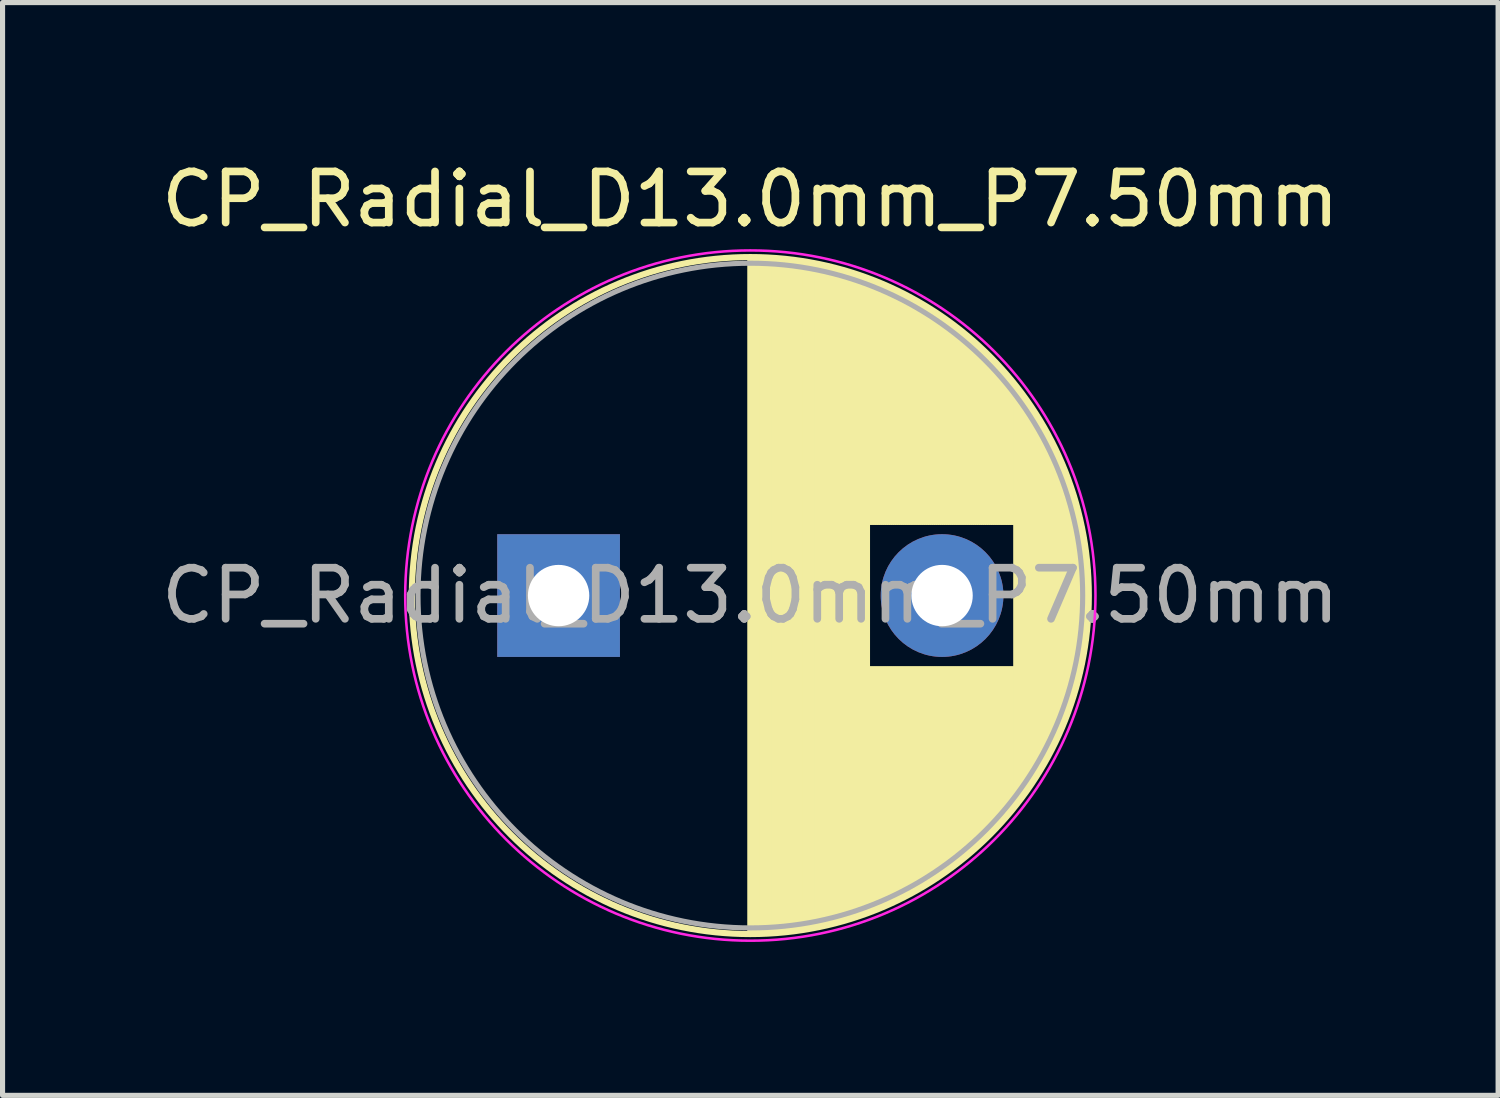
<source format=kicad_pcb>
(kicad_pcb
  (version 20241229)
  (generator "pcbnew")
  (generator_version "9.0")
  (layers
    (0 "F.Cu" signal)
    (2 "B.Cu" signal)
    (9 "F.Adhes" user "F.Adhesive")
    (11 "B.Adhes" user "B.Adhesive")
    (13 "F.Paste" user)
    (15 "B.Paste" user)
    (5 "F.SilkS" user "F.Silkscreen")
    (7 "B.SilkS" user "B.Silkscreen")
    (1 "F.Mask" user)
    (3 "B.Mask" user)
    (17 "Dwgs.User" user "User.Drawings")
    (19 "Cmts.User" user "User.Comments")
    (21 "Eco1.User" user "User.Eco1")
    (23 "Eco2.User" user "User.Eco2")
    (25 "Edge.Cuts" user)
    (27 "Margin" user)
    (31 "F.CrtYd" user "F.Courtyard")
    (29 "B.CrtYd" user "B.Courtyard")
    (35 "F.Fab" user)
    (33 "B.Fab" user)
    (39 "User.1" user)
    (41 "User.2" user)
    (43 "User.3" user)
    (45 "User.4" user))
  (footprint "CP_Radial_D13.0mm_P7.50mm"
    (layer "F.Cu")
    (at 7.875 8.598)
    (property "Reference" "CP_Radial_D13.0mm_P7.50mm" (at 3.75 -7.75 0) (layer "F.SilkS") (effects (font (size 1 1) (thickness 0.15))))
    (attr through_hole)
    (fp_line (start 3.75 -6.58) (end 3.75 6.58) (stroke (width 0.12) (type solid)) (layer "F.SilkS"))
    (fp_line (start 3.79 -6.58) (end 3.79 6.58) (stroke (width 0.12) (type solid)) (layer "F.SilkS"))
    (fp_line (start 3.83 -6.58) (end 3.83 6.58) (stroke (width 0.12) (type solid)) (layer "F.SilkS"))
    (fp_line (start 3.87 -6.579) (end 3.87 6.579) (stroke (width 0.12) (type solid)) (layer "F.SilkS"))
    (fp_line (start 3.91 -6.579) (end 3.91 6.579) (stroke (width 0.12) (type solid)) (layer "F.SilkS"))
    (fp_line (start 3.95 -6.577) (end 3.95 6.577) (stroke (width 0.12) (type solid)) (layer "F.SilkS"))
    (fp_line (start 3.99 -6.576) (end 3.99 6.576) (stroke (width 0.12) (type solid)) (layer "F.SilkS"))
    (fp_line (start 4.03 -6.575) (end 4.03 6.575) (stroke (width 0.12) (type solid)) (layer "F.SilkS"))
    (fp_line (start 4.07 -6.573) (end 4.07 6.573) (stroke (width 0.12) (type solid)) (layer "F.SilkS"))
    (fp_line (start 4.11 -6.571) (end 4.11 6.571) (stroke (width 0.12) (type solid)) (layer "F.SilkS"))
    (fp_line (start 4.15 -6.568) (end 4.15 6.568) (stroke (width 0.12) (type solid)) (layer "F.SilkS"))
    (fp_line (start 4.19 -6.566) (end 4.19 6.566) (stroke (width 0.12) (type solid)) (layer "F.SilkS"))
    (fp_line (start 4.23 -6.563) (end 4.23 6.563) (stroke (width 0.12) (type solid)) (layer "F.SilkS"))
    (fp_line (start 4.27 -6.56) (end 4.27 6.56) (stroke (width 0.12) (type solid)) (layer "F.SilkS"))
    (fp_line (start 4.31 -6.557) (end 4.31 6.557) (stroke (width 0.12) (type solid)) (layer "F.SilkS"))
    (fp_line (start 4.35 -6.553) (end 4.35 6.553) (stroke (width 0.12) (type solid)) (layer "F.SilkS"))
    (fp_line (start 4.39 -6.549) (end 4.39 6.549) (stroke (width 0.12) (type solid)) (layer "F.SilkS"))
    (fp_line (start 4.43 -6.545) (end 4.43 6.545) (stroke (width 0.12) (type solid)) (layer "F.SilkS"))
    (fp_line (start 4.471 -6.541) (end 4.471 6.541) (stroke (width 0.12) (type solid)) (layer "F.SilkS"))
    (fp_line (start 4.511 -6.537) (end 4.511 6.537) (stroke (width 0.12) (type solid)) (layer "F.SilkS"))
    (fp_line (start 4.551 -6.532) (end 4.551 6.532) (stroke (width 0.12) (type solid)) (layer "F.SilkS"))
    (fp_line (start 4.591 -6.527) (end 4.591 6.527) (stroke (width 0.12) (type solid)) (layer "F.SilkS"))
    (fp_line (start 4.631 -6.522) (end 4.631 6.522) (stroke (width 0.12) (type solid)) (layer "F.SilkS"))
    (fp_line (start 4.671 -6.516) (end 4.671 6.516) (stroke (width 0.12) (type solid)) (layer "F.SilkS"))
    (fp_line (start 4.711 -6.511) (end 4.711 6.511) (stroke (width 0.12) (type solid)) (layer "F.SilkS"))
    (fp_line (start 4.751 -6.505) (end 4.751 6.505) (stroke (width 0.12) (type solid)) (layer "F.SilkS"))
    (fp_line (start 4.791 -6.498) (end 4.791 6.498) (stroke (width 0.12) (type solid)) (layer "F.SilkS"))
    (fp_line (start 4.831 -6.492) (end 4.831 6.492) (stroke (width 0.12) (type solid)) (layer "F.SilkS"))
    (fp_line (start 4.871 -6.485) (end 4.871 6.485) (stroke (width 0.12) (type solid)) (layer "F.SilkS"))
    (fp_line (start 4.911 -6.478) (end 4.911 6.478) (stroke (width 0.12) (type solid)) (layer "F.SilkS"))
    (fp_line (start 4.951 -6.471) (end 4.951 6.471) (stroke (width 0.12) (type solid)) (layer "F.SilkS"))
    (fp_line (start 4.991 -6.463) (end 4.991 6.463) (stroke (width 0.12) (type solid)) (layer "F.SilkS"))
    (fp_line (start 5.031 -6.456) (end 5.031 6.456) (stroke (width 0.12) (type solid)) (layer "F.SilkS"))
    (fp_line (start 5.071 -6.448) (end 5.071 6.448) (stroke (width 0.12) (type solid)) (layer "F.SilkS"))
    (fp_line (start 5.111 -6.439) (end 5.111 6.439) (stroke (width 0.12) (type solid)) (layer "F.SilkS"))
    (fp_line (start 5.151 -6.431) (end 5.151 6.431) (stroke (width 0.12) (type solid)) (layer "F.SilkS"))
    (fp_line (start 5.191 -6.422) (end 5.191 6.422) (stroke (width 0.12) (type solid)) (layer "F.SilkS"))
    (fp_line (start 5.231 -6.413) (end 5.231 6.413) (stroke (width 0.12) (type solid)) (layer "F.SilkS"))
    (fp_line (start 5.271 -6.404) (end 5.271 6.404) (stroke (width 0.12) (type solid)) (layer "F.SilkS"))
    (fp_line (start 5.311 -6.394) (end 5.311 6.394) (stroke (width 0.12) (type solid)) (layer "F.SilkS"))
    (fp_line (start 5.351 -6.384) (end 5.351 6.384) (stroke (width 0.12) (type solid)) (layer "F.SilkS"))
    (fp_line (start 5.391 -6.374) (end 5.391 6.374) (stroke (width 0.12) (type solid)) (layer "F.SilkS"))
    (fp_line (start 5.431 -6.364) (end 5.431 6.364) (stroke (width 0.12) (type solid)) (layer "F.SilkS"))
    (fp_line (start 5.471 -6.353) (end 5.471 6.353) (stroke (width 0.12) (type solid)) (layer "F.SilkS"))
    (fp_line (start 5.511 -6.342) (end 5.511 6.342) (stroke (width 0.12) (type solid)) (layer "F.SilkS"))
    (fp_line (start 5.551 -6.331) (end 5.551 6.331) (stroke (width 0.12) (type solid)) (layer "F.SilkS"))
    (fp_line (start 5.591 -6.32) (end 5.591 6.32) (stroke (width 0.12) (type solid)) (layer "F.SilkS"))
    (fp_line (start 5.631 -6.308) (end 5.631 6.308) (stroke (width 0.12) (type solid)) (layer "F.SilkS"))
    (fp_line (start 5.671 -6.296) (end 5.671 6.296) (stroke (width 0.12) (type solid)) (layer "F.SilkS"))
    (fp_line (start 5.711 -6.284) (end 5.711 6.284) (stroke (width 0.12) (type solid)) (layer "F.SilkS"))
    (fp_line (start 5.751 -6.271) (end 5.751 6.271) (stroke (width 0.12) (type solid)) (layer "F.SilkS"))
    (fp_line (start 5.791 -6.258) (end 5.791 6.258) (stroke (width 0.12) (type solid)) (layer "F.SilkS"))
    (fp_line (start 5.831 -6.245) (end 5.831 6.245) (stroke (width 0.12) (type solid)) (layer "F.SilkS"))
    (fp_line (start 5.871 -6.232) (end 5.871 6.232) (stroke (width 0.12) (type solid)) (layer "F.SilkS"))
    (fp_line (start 5.911 -6.218) (end 5.911 6.218) (stroke (width 0.12) (type solid)) (layer "F.SilkS"))
    (fp_line (start 5.951 -6.204) (end 5.951 6.204) (stroke (width 0.12) (type solid)) (layer "F.SilkS"))
    (fp_line (start 5.991 -6.19) (end 5.991 6.19) (stroke (width 0.12) (type solid)) (layer "F.SilkS"))
    (fp_line (start 6.031 -6.175) (end 6.031 6.175) (stroke (width 0.12) (type solid)) (layer "F.SilkS"))
    (fp_line (start 6.071 -6.161) (end 6.071 -1.44) (stroke (width 0.12) (type solid)) (layer "F.SilkS"))
    (fp_line (start 6.071 1.44) (end 6.071 6.161) (stroke (width 0.12) (type solid)) (layer "F.SilkS"))
    (fp_line (start 6.111 -6.146) (end 6.111 -1.44) (stroke (width 0.12) (type solid)) (layer "F.SilkS"))
    (fp_line (start 6.111 1.44) (end 6.111 6.146) (stroke (width 0.12) (type solid)) (layer "F.SilkS"))
    (fp_line (start 6.151 -6.13) (end 6.151 -1.44) (stroke (width 0.12) (type solid)) (layer "F.SilkS"))
    (fp_line (start 6.151 1.44) (end 6.151 6.13) (stroke (width 0.12) (type solid)) (layer "F.SilkS"))
    (fp_line (start 6.191 -6.114) (end 6.191 -1.44) (stroke (width 0.12) (type solid)) (layer "F.SilkS"))
    (fp_line (start 6.191 1.44) (end 6.191 6.114) (stroke (width 0.12) (type solid)) (layer "F.SilkS"))
    (fp_line (start 6.231 -6.098) (end 6.231 -1.44) (stroke (width 0.12) (type solid)) (layer "F.SilkS"))
    (fp_line (start 6.231 1.44) (end 6.231 6.098) (stroke (width 0.12) (type solid)) (layer "F.SilkS"))
    (fp_line (start 6.271 -6.082) (end 6.271 -1.44) (stroke (width 0.12) (type solid)) (layer "F.SilkS"))
    (fp_line (start 6.271 1.44) (end 6.271 6.082) (stroke (width 0.12) (type solid)) (layer "F.SilkS"))
    (fp_line (start 6.311 -6.065) (end 6.311 -1.44) (stroke (width 0.12) (type solid)) (layer "F.SilkS"))
    (fp_line (start 6.311 1.44) (end 6.311 6.065) (stroke (width 0.12) (type solid)) (layer "F.SilkS"))
    (fp_line (start 6.351 -6.049) (end 6.351 -1.44) (stroke (width 0.12) (type solid)) (layer "F.SilkS"))
    (fp_line (start 6.351 1.44) (end 6.351 6.049) (stroke (width 0.12) (type solid)) (layer "F.SilkS"))
    (fp_line (start 6.391 -6.031) (end 6.391 -1.44) (stroke (width 0.12) (type solid)) (layer "F.SilkS"))
    (fp_line (start 6.391 1.44) (end 6.391 6.031) (stroke (width 0.12) (type solid)) (layer "F.SilkS"))
    (fp_line (start 6.431 -6.014) (end 6.431 -1.44) (stroke (width 0.12) (type solid)) (layer "F.SilkS"))
    (fp_line (start 6.431 1.44) (end 6.431 6.014) (stroke (width 0.12) (type solid)) (layer "F.SilkS"))
    (fp_line (start 6.471 -5.996) (end 6.471 -1.44) (stroke (width 0.12) (type solid)) (layer "F.SilkS"))
    (fp_line (start 6.471 1.44) (end 6.471 5.996) (stroke (width 0.12) (type solid)) (layer "F.SilkS"))
    (fp_line (start 6.511 -5.978) (end 6.511 -1.44) (stroke (width 0.12) (type solid)) (layer "F.SilkS"))
    (fp_line (start 6.511 1.44) (end 6.511 5.978) (stroke (width 0.12) (type solid)) (layer "F.SilkS"))
    (fp_line (start 6.551 -5.959) (end 6.551 -1.44) (stroke (width 0.12) (type solid)) (layer "F.SilkS"))
    (fp_line (start 6.551 1.44) (end 6.551 5.959) (stroke (width 0.12) (type solid)) (layer "F.SilkS"))
    (fp_line (start 6.591 -5.94) (end 6.591 -1.44) (stroke (width 0.12) (type solid)) (layer "F.SilkS"))
    (fp_line (start 6.591 1.44) (end 6.591 5.94) (stroke (width 0.12) (type solid)) (layer "F.SilkS"))
    (fp_line (start 6.631 -5.921) (end 6.631 -1.44) (stroke (width 0.12) (type solid)) (layer "F.SilkS"))
    (fp_line (start 6.631 1.44) (end 6.631 5.921) (stroke (width 0.12) (type solid)) (layer "F.SilkS"))
    (fp_line (start 6.671 -5.902) (end 6.671 -1.44) (stroke (width 0.12) (type solid)) (layer "F.SilkS"))
    (fp_line (start 6.671 1.44) (end 6.671 5.902) (stroke (width 0.12) (type solid)) (layer "F.SilkS"))
    (fp_line (start 6.711 -5.882) (end 6.711 -1.44) (stroke (width 0.12) (type solid)) (layer "F.SilkS"))
    (fp_line (start 6.711 1.44) (end 6.711 5.882) (stroke (width 0.12) (type solid)) (layer "F.SilkS"))
    (fp_line (start 6.751 -5.862) (end 6.751 -1.44) (stroke (width 0.12) (type solid)) (layer "F.SilkS"))
    (fp_line (start 6.751 1.44) (end 6.751 5.862) (stroke (width 0.12) (type solid)) (layer "F.SilkS"))
    (fp_line (start 6.791 -5.841) (end 6.791 -1.44) (stroke (width 0.12) (type solid)) (layer "F.SilkS"))
    (fp_line (start 6.791 1.44) (end 6.791 5.841) (stroke (width 0.12) (type solid)) (layer "F.SilkS"))
    (fp_line (start 6.831 -5.82) (end 6.831 -1.44) (stroke (width 0.12) (type solid)) (layer "F.SilkS"))
    (fp_line (start 6.831 1.44) (end 6.831 5.82) (stroke (width 0.12) (type solid)) (layer "F.SilkS"))
    (fp_line (start 6.871 -5.799) (end 6.871 -1.44) (stroke (width 0.12) (type solid)) (layer "F.SilkS"))
    (fp_line (start 6.871 1.44) (end 6.871 5.799) (stroke (width 0.12) (type solid)) (layer "F.SilkS"))
    (fp_line (start 6.911 -5.778) (end 6.911 -1.44) (stroke (width 0.12) (type solid)) (layer "F.SilkS"))
    (fp_line (start 6.911 1.44) (end 6.911 5.778) (stroke (width 0.12) (type solid)) (layer "F.SilkS"))
    (fp_line (start 6.951 -5.756) (end 6.951 -1.44) (stroke (width 0.12) (type solid)) (layer "F.SilkS"))
    (fp_line (start 6.951 1.44) (end 6.951 5.756) (stroke (width 0.12) (type solid)) (layer "F.SilkS"))
    (fp_line (start 6.991 -5.733) (end 6.991 -1.44) (stroke (width 0.12) (type solid)) (layer "F.SilkS"))
    (fp_line (start 6.991 1.44) (end 6.991 5.733) (stroke (width 0.12) (type solid)) (layer "F.SilkS"))
    (fp_line (start 7.031 -5.711) (end 7.031 -1.44) (stroke (width 0.12) (type solid)) (layer "F.SilkS"))
    (fp_line (start 7.031 1.44) (end 7.031 5.711) (stroke (width 0.12) (type solid)) (layer "F.SilkS"))
    (fp_line (start 7.071 -5.688) (end 7.071 -1.44) (stroke (width 0.12) (type solid)) (layer "F.SilkS"))
    (fp_line (start 7.071 1.44) (end 7.071 5.688) (stroke (width 0.12) (type solid)) (layer "F.SilkS"))
    (fp_line (start 7.111 -5.664) (end 7.111 -1.44) (stroke (width 0.12) (type solid)) (layer "F.SilkS"))
    (fp_line (start 7.111 1.44) (end 7.111 5.664) (stroke (width 0.12) (type solid)) (layer "F.SilkS"))
    (fp_line (start 7.151 -5.641) (end 7.151 -1.44) (stroke (width 0.12) (type solid)) (layer "F.SilkS"))
    (fp_line (start 7.151 1.44) (end 7.151 5.641) (stroke (width 0.12) (type solid)) (layer "F.SilkS"))
    (fp_line (start 7.191 -5.617) (end 7.191 -1.44) (stroke (width 0.12) (type solid)) (layer "F.SilkS"))
    (fp_line (start 7.191 1.44) (end 7.191 5.617) (stroke (width 0.12) (type solid)) (layer "F.SilkS"))
    (fp_line (start 7.231 -5.592) (end 7.231 -1.44) (stroke (width 0.12) (type solid)) (layer "F.SilkS"))
    (fp_line (start 7.231 1.44) (end 7.231 5.592) (stroke (width 0.12) (type solid)) (layer "F.SilkS"))
    (fp_line (start 7.271 -5.567) (end 7.271 -1.44) (stroke (width 0.12) (type solid)) (layer "F.SilkS"))
    (fp_line (start 7.271 1.44) (end 7.271 5.567) (stroke (width 0.12) (type solid)) (layer "F.SilkS"))
    (fp_line (start 7.311 -5.542) (end 7.311 -1.44) (stroke (width 0.12) (type solid)) (layer "F.SilkS"))
    (fp_line (start 7.311 1.44) (end 7.311 5.542) (stroke (width 0.12) (type solid)) (layer "F.SilkS"))
    (fp_line (start 7.351 -5.516) (end 7.351 -1.44) (stroke (width 0.12) (type solid)) (layer "F.SilkS"))
    (fp_line (start 7.351 1.44) (end 7.351 5.516) (stroke (width 0.12) (type solid)) (layer "F.SilkS"))
    (fp_line (start 7.391 -5.49) (end 7.391 -1.44) (stroke (width 0.12) (type solid)) (layer "F.SilkS"))
    (fp_line (start 7.391 1.44) (end 7.391 5.49) (stroke (width 0.12) (type solid)) (layer "F.SilkS"))
    (fp_line (start 7.431 -5.463) (end 7.431 -1.44) (stroke (width 0.12) (type solid)) (layer "F.SilkS"))
    (fp_line (start 7.431 1.44) (end 7.431 5.463) (stroke (width 0.12) (type solid)) (layer "F.SilkS"))
    (fp_line (start 7.471 -5.436) (end 7.471 -1.44) (stroke (width 0.12) (type solid)) (layer "F.SilkS"))
    (fp_line (start 7.471 1.44) (end 7.471 5.436) (stroke (width 0.12) (type solid)) (layer "F.SilkS"))
    (fp_line (start 7.511 -5.409) (end 7.511 -1.44) (stroke (width 0.12) (type solid)) (layer "F.SilkS"))
    (fp_line (start 7.511 1.44) (end 7.511 5.409) (stroke (width 0.12) (type solid)) (layer "F.SilkS"))
    (fp_line (start 7.551 -5.381) (end 7.551 -1.44) (stroke (width 0.12) (type solid)) (layer "F.SilkS"))
    (fp_line (start 7.551 1.44) (end 7.551 5.381) (stroke (width 0.12) (type solid)) (layer "F.SilkS"))
    (fp_line (start 7.591 -5.353) (end 7.591 -1.44) (stroke (width 0.12) (type solid)) (layer "F.SilkS"))
    (fp_line (start 7.591 1.44) (end 7.591 5.353) (stroke (width 0.12) (type solid)) (layer "F.SilkS"))
    (fp_line (start 7.631 -5.324) (end 7.631 -1.44) (stroke (width 0.12) (type solid)) (layer "F.SilkS"))
    (fp_line (start 7.631 1.44) (end 7.631 5.324) (stroke (width 0.12) (type solid)) (layer "F.SilkS"))
    (fp_line (start 7.671 -5.295) (end 7.671 -1.44) (stroke (width 0.12) (type solid)) (layer "F.SilkS"))
    (fp_line (start 7.671 1.44) (end 7.671 5.295) (stroke (width 0.12) (type solid)) (layer "F.SilkS"))
    (fp_line (start 7.711 -5.265) (end 7.711 -1.44) (stroke (width 0.12) (type solid)) (layer "F.SilkS"))
    (fp_line (start 7.711 1.44) (end 7.711 5.265) (stroke (width 0.12) (type solid)) (layer "F.SilkS"))
    (fp_line (start 7.751 -5.235) (end 7.751 -1.44) (stroke (width 0.12) (type solid)) (layer "F.SilkS"))
    (fp_line (start 7.751 1.44) (end 7.751 5.235) (stroke (width 0.12) (type solid)) (layer "F.SilkS"))
    (fp_line (start 7.791 -5.205) (end 7.791 -1.44) (stroke (width 0.12) (type solid)) (layer "F.SilkS"))
    (fp_line (start 7.791 1.44) (end 7.791 5.205) (stroke (width 0.12) (type solid)) (layer "F.SilkS"))
    (fp_line (start 7.831 -5.174) (end 7.831 -1.44) (stroke (width 0.12) (type solid)) (layer "F.SilkS"))
    (fp_line (start 7.831 1.44) (end 7.831 5.174) (stroke (width 0.12) (type solid)) (layer "F.SilkS"))
    (fp_line (start 7.871 -5.142) (end 7.871 -1.44) (stroke (width 0.12) (type solid)) (layer "F.SilkS"))
    (fp_line (start 7.871 1.44) (end 7.871 5.142) (stroke (width 0.12) (type solid)) (layer "F.SilkS"))
    (fp_line (start 7.911 -5.11) (end 7.911 -1.44) (stroke (width 0.12) (type solid)) (layer "F.SilkS"))
    (fp_line (start 7.911 1.44) (end 7.911 5.11) (stroke (width 0.12) (type solid)) (layer "F.SilkS"))
    (fp_line (start 7.951 -5.078) (end 7.951 -1.44) (stroke (width 0.12) (type solid)) (layer "F.SilkS"))
    (fp_line (start 7.951 1.44) (end 7.951 5.078) (stroke (width 0.12) (type solid)) (layer "F.SilkS"))
    (fp_line (start 7.991 -5.044) (end 7.991 -1.44) (stroke (width 0.12) (type solid)) (layer "F.SilkS"))
    (fp_line (start 7.991 1.44) (end 7.991 5.044) (stroke (width 0.12) (type solid)) (layer "F.SilkS"))
    (fp_line (start 8.031 -5.011) (end 8.031 -1.44) (stroke (width 0.12) (type solid)) (layer "F.SilkS"))
    (fp_line (start 8.031 1.44) (end 8.031 5.011) (stroke (width 0.12) (type solid)) (layer "F.SilkS"))
    (fp_line (start 8.071 -4.977) (end 8.071 -1.44) (stroke (width 0.12) (type solid)) (layer "F.SilkS"))
    (fp_line (start 8.071 1.44) (end 8.071 4.977) (stroke (width 0.12) (type solid)) (layer "F.SilkS"))
    (fp_line (start 8.111 -4.942) (end 8.111 -1.44) (stroke (width 0.12) (type solid)) (layer "F.SilkS"))
    (fp_line (start 8.111 1.44) (end 8.111 4.942) (stroke (width 0.12) (type solid)) (layer "F.SilkS"))
    (fp_line (start 8.151 -4.907) (end 8.151 -1.44) (stroke (width 0.12) (type solid)) (layer "F.SilkS"))
    (fp_line (start 8.151 1.44) (end 8.151 4.907) (stroke (width 0.12) (type solid)) (layer "F.SilkS"))
    (fp_line (start 8.191 -4.871) (end 8.191 -1.44) (stroke (width 0.12) (type solid)) (layer "F.SilkS"))
    (fp_line (start 8.191 1.44) (end 8.191 4.871) (stroke (width 0.12) (type solid)) (layer "F.SilkS"))
    (fp_line (start 8.231 -4.834) (end 8.231 -1.44) (stroke (width 0.12) (type solid)) (layer "F.SilkS"))
    (fp_line (start 8.231 1.44) (end 8.231 4.834) (stroke (width 0.12) (type solid)) (layer "F.SilkS"))
    (fp_line (start 8.271 -4.797) (end 8.271 -1.44) (stroke (width 0.12) (type solid)) (layer "F.SilkS"))
    (fp_line (start 8.271 1.44) (end 8.271 4.797) (stroke (width 0.12) (type solid)) (layer "F.SilkS"))
    (fp_line (start 8.311 -4.76) (end 8.311 -1.44) (stroke (width 0.12) (type solid)) (layer "F.SilkS"))
    (fp_line (start 8.311 1.44) (end 8.311 4.76) (stroke (width 0.12) (type solid)) (layer "F.SilkS"))
    (fp_line (start 8.351 -4.721) (end 8.351 -1.44) (stroke (width 0.12) (type solid)) (layer "F.SilkS"))
    (fp_line (start 8.351 1.44) (end 8.351 4.721) (stroke (width 0.12) (type solid)) (layer "F.SilkS"))
    (fp_line (start 8.391 -4.682) (end 8.391 -1.44) (stroke (width 0.12) (type solid)) (layer "F.SilkS"))
    (fp_line (start 8.391 1.44) (end 8.391 4.682) (stroke (width 0.12) (type solid)) (layer "F.SilkS"))
    (fp_line (start 8.431 -4.643) (end 8.431 -1.44) (stroke (width 0.12) (type solid)) (layer "F.SilkS"))
    (fp_line (start 8.431 1.44) (end 8.431 4.643) (stroke (width 0.12) (type solid)) (layer "F.SilkS"))
    (fp_line (start 8.471 -4.602) (end 8.471 -1.44) (stroke (width 0.12) (type solid)) (layer "F.SilkS"))
    (fp_line (start 8.471 1.44) (end 8.471 4.602) (stroke (width 0.12) (type solid)) (layer "F.SilkS"))
    (fp_line (start 8.511 -4.561) (end 8.511 -1.44) (stroke (width 0.12) (type solid)) (layer "F.SilkS"))
    (fp_line (start 8.511 1.44) (end 8.511 4.561) (stroke (width 0.12) (type solid)) (layer "F.SilkS"))
    (fp_line (start 8.551 -4.519) (end 8.551 -1.44) (stroke (width 0.12) (type solid)) (layer "F.SilkS"))
    (fp_line (start 8.551 1.44) (end 8.551 4.519) (stroke (width 0.12) (type solid)) (layer "F.SilkS"))
    (fp_line (start 8.591 -4.477) (end 8.591 -1.44) (stroke (width 0.12) (type solid)) (layer "F.SilkS"))
    (fp_line (start 8.591 1.44) (end 8.591 4.477) (stroke (width 0.12) (type solid)) (layer "F.SilkS"))
    (fp_line (start 8.631 -4.434) (end 8.631 -1.44) (stroke (width 0.12) (type solid)) (layer "F.SilkS"))
    (fp_line (start 8.631 1.44) (end 8.631 4.434) (stroke (width 0.12) (type solid)) (layer "F.SilkS"))
    (fp_line (start 8.671 -4.39) (end 8.671 -1.44) (stroke (width 0.12) (type solid)) (layer "F.SilkS"))
    (fp_line (start 8.671 1.44) (end 8.671 4.39) (stroke (width 0.12) (type solid)) (layer "F.SilkS"))
    (fp_line (start 8.711 -4.345) (end 8.711 -1.44) (stroke (width 0.12) (type solid)) (layer "F.SilkS"))
    (fp_line (start 8.711 1.44) (end 8.711 4.345) (stroke (width 0.12) (type solid)) (layer "F.SilkS"))
    (fp_line (start 8.751 -4.299) (end 8.751 -1.44) (stroke (width 0.12) (type solid)) (layer "F.SilkS"))
    (fp_line (start 8.751 1.44) (end 8.751 4.299) (stroke (width 0.12) (type solid)) (layer "F.SilkS"))
    (fp_line (start 8.791 -4.253) (end 8.791 -1.44) (stroke (width 0.12) (type solid)) (layer "F.SilkS"))
    (fp_line (start 8.791 1.44) (end 8.791 4.253) (stroke (width 0.12) (type solid)) (layer "F.SilkS"))
    (fp_line (start 8.831 -4.205) (end 8.831 -1.44) (stroke (width 0.12) (type solid)) (layer "F.SilkS"))
    (fp_line (start 8.831 1.44) (end 8.831 4.205) (stroke (width 0.12) (type solid)) (layer "F.SilkS"))
    (fp_line (start 8.871 -4.157) (end 8.871 -1.44) (stroke (width 0.12) (type solid)) (layer "F.SilkS"))
    (fp_line (start 8.871 1.44) (end 8.871 4.157) (stroke (width 0.12) (type solid)) (layer "F.SilkS"))
    (fp_line (start 8.911 -4.108) (end 8.911 -1.44) (stroke (width 0.12) (type solid)) (layer "F.SilkS"))
    (fp_line (start 8.911 1.44) (end 8.911 4.108) (stroke (width 0.12) (type solid)) (layer "F.SilkS"))
    (fp_line (start 8.951 -4.057) (end 8.951 4.057) (stroke (width 0.12) (type solid)) (layer "F.SilkS"))
    (fp_line (start 8.991 -4.006) (end 8.991 4.006) (stroke (width 0.12) (type solid)) (layer "F.SilkS"))
    (fp_line (start 9.031 -3.954) (end 9.031 3.954) (stroke (width 0.12) (type solid)) (layer "F.SilkS"))
    (fp_line (start 9.071 -3.9) (end 9.071 3.9) (stroke (width 0.12) (type solid)) (layer "F.SilkS"))
    (fp_line (start 9.111 -3.846) (end 9.111 3.846) (stroke (width 0.12) (type solid)) (layer "F.SilkS"))
    (fp_line (start 9.151 -3.79) (end 9.151 3.79) (stroke (width 0.12) (type solid)) (layer "F.SilkS"))
    (fp_line (start 9.191 -3.733) (end 9.191 3.733) (stroke (width 0.12) (type solid)) (layer "F.SilkS"))
    (fp_line (start 9.231 -3.675) (end 9.231 3.675) (stroke (width 0.12) (type solid)) (layer "F.SilkS"))
    (fp_line (start 9.271 -3.615) (end 9.271 3.615) (stroke (width 0.12) (type solid)) (layer "F.SilkS"))
    (fp_line (start 9.311 -3.554) (end 9.311 3.554) (stroke (width 0.12) (type solid)) (layer "F.SilkS"))
    (fp_line (start 9.351 -3.491) (end 9.351 3.491) (stroke (width 0.12) (type solid)) (layer "F.SilkS"))
    (fp_line (start 9.391 -3.427) (end 9.391 3.427) (stroke (width 0.12) (type solid)) (layer "F.SilkS"))
    (fp_line (start 9.431 -3.361) (end 9.431 3.361) (stroke (width 0.12) (type solid)) (layer "F.SilkS"))
    (fp_line (start 9.471 -3.293) (end 9.471 3.293) (stroke (width 0.12) (type solid)) (layer "F.SilkS"))
    (fp_line (start 9.511 -3.223) (end 9.511 3.223) (stroke (width 0.12) (type solid)) (layer "F.SilkS"))
    (fp_line (start 9.551 -3.152) (end 9.551 3.152) (stroke (width 0.12) (type solid)) (layer "F.SilkS"))
    (fp_line (start 9.591 -3.078) (end 9.591 3.078) (stroke (width 0.12) (type solid)) (layer "F.SilkS"))
    (fp_line (start 9.631 -3.002) (end 9.631 3.002) (stroke (width 0.12) (type solid)) (layer "F.SilkS"))
    (fp_line (start 9.671 -2.923) (end 9.671 2.923) (stroke (width 0.12) (type solid)) (layer "F.SilkS"))
    (fp_line (start 9.711 -2.842) (end 9.711 2.842) (stroke (width 0.12) (type solid)) (layer "F.SilkS"))
    (fp_line (start 9.751 -2.758) (end 9.751 2.758) (stroke (width 0.12) (type solid)) (layer "F.SilkS"))
    (fp_line (start 9.791 -2.67) (end 9.791 2.67) (stroke (width 0.12) (type solid)) (layer "F.SilkS"))
    (fp_line (start 9.831 -2.579) (end 9.831 2.579) (stroke (width 0.12) (type solid)) (layer "F.SilkS"))
    (fp_line (start 9.871 -2.484) (end 9.871 2.484) (stroke (width 0.12) (type solid)) (layer "F.SilkS"))
    (fp_line (start 9.911 -2.385) (end 9.911 2.385) (stroke (width 0.12) (type solid)) (layer "F.SilkS"))
    (fp_line (start 9.951 -2.281) (end 9.951 2.281) (stroke (width 0.12) (type solid)) (layer "F.SilkS"))
    (fp_line (start 9.991 -2.171) (end 9.991 2.171) (stroke (width 0.12) (type solid)) (layer "F.SilkS"))
    (fp_line (start 10.031 -2.055) (end 10.031 2.055) (stroke (width 0.12) (type solid)) (layer "F.SilkS"))
    (fp_line (start 10.071 -1.931) (end 10.071 1.931) (stroke (width 0.12) (type solid)) (layer "F.SilkS"))
    (fp_line (start 10.111 -1.798) (end 10.111 1.798) (stroke (width 0.12) (type solid)) (layer "F.SilkS"))
    (fp_line (start 10.151 -1.653) (end 10.151 1.653) (stroke (width 0.12) (type solid)) (layer "F.SilkS"))
    (fp_line (start 10.191 -1.494) (end 10.191 1.494) (stroke (width 0.12) (type solid)) (layer "F.SilkS"))
    (fp_line (start 10.231 -1.315) (end 10.231 1.315) (stroke (width 0.12) (type solid)) (layer "F.SilkS"))
    (fp_line (start 10.271 -1.107) (end 10.271 1.107) (stroke (width 0.12) (type solid)) (layer "F.SilkS"))
    (fp_line (start 10.311 -0.85) (end 10.311 0.85) (stroke (width 0.12) (type solid)) (layer "F.SilkS"))
    (fp_line (start 10.351 -0.475) (end 10.351 0.475) (stroke (width 0.12) (type solid)) (layer "F.SilkS"))
    (fp_circle (center 3.75 0) (end 10.37 0) (stroke (width 0.12) (type solid)) (fill no) (layer "F.SilkS"))
    (fp_circle (center 3.75 0) (end 10.5 0) (stroke (width 0.05) (type solid)) (fill no) (layer "F.CrtYd"))
    (fp_circle (center 3.75 0) (end 10.25 0) (stroke (width 0.1) (type solid)) (fill no) (layer "F.Fab"))
    (fp_text user "${REFERENCE}" (at 3.75 0 0) (layer "F.Fab") (effects (font (size 1 1) (thickness 0.15))))
    (pad "1" thru_hole rect (at 0 0) (size 2.4 2.4) (drill 1.2) (layers "*.Cu" "*.Mask"))
    (pad "2" thru_hole circle (at 7.5 0) (size 2.4 2.4) (drill 1.2) (layers "*.Cu" "*.Mask")))
  (gr_rect
    (start -3 -3)
    (end 26.25 18.373)
    (stroke (width 0.1) (type default))
    (fill no)
    (layer "Edge.Cuts")))
</source>
